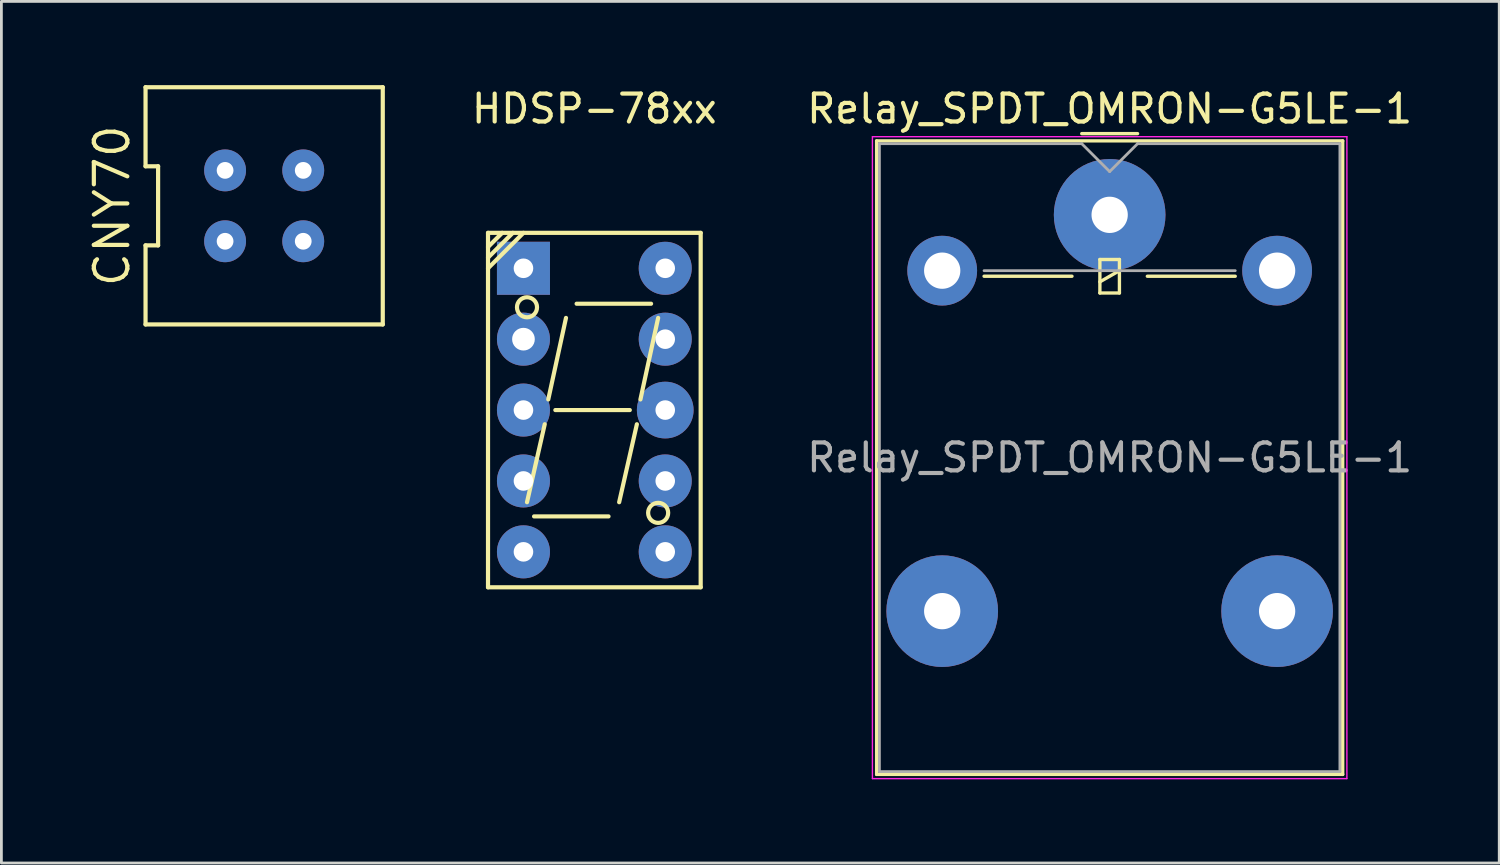
<source format=kicad_pcb>
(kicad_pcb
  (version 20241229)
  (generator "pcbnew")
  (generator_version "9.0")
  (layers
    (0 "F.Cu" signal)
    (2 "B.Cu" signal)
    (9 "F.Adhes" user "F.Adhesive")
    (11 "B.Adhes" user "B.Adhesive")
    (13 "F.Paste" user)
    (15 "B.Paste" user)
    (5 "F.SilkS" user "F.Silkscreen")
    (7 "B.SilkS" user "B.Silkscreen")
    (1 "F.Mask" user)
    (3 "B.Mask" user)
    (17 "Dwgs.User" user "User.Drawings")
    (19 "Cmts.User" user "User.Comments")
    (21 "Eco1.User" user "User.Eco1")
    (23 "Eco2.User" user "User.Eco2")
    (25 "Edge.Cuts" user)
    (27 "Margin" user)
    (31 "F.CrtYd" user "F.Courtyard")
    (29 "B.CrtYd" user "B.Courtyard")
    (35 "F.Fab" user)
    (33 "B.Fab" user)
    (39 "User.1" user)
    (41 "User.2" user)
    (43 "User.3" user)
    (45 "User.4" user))
  (footprint "HDSP-78xx"
    (layer "F.Cu")
    (at 18.246 11.643)
    (property "Reference" "HDSP-78xx" (at 0 -10.795 0) (layer "F.SilkS") (effects (font (size 1 1) (thickness 0.15))))
    (attr through_hole)
    (fp_line (start -3.81 -6.35) (end -3.81 6.35) (stroke (width 0.15) (type solid)) (layer "F.SilkS"))
    (fp_line (start -3.81 -5.842) (end -3.302 -6.35) (stroke (width 0.15) (type solid)) (layer "F.SilkS"))
    (fp_line (start -3.81 -5.461) (end -2.921 -6.35) (stroke (width 0.15) (type solid)) (layer "F.SilkS"))
    (fp_line (start -3.81 -5.08) (end -2.54 -6.35) (stroke (width 0.15) (type solid)) (layer "F.SilkS"))
    (fp_line (start -3.81 6.35) (end 3.81 6.35) (stroke (width 0.15) (type solid)) (layer "F.SilkS"))
    (fp_line (start -2.413 3.302) (end -1.778 0.508) (stroke (width 0.15) (type solid)) (layer "F.SilkS"))
    (fp_line (start -2.159 3.81) (end 0.508 3.81) (stroke (width 0.15) (type solid)) (layer "F.SilkS"))
    (fp_line (start -1.651 -0.381) (end -1.016 -3.302) (stroke (width 0.15) (type solid)) (layer "F.SilkS"))
    (fp_line (start -1.397 0) (end 1.27 0) (stroke (width 0.15) (type solid)) (layer "F.SilkS"))
    (fp_line (start -0.635 -3.81) (end 2.032 -3.81) (stroke (width 0.15) (type solid)) (layer "F.SilkS"))
    (fp_line (start 0.889 3.302) (end 1.524 0.508) (stroke (width 0.15) (type solid)) (layer "F.SilkS"))
    (fp_line (start 1.651 -0.381) (end 2.286 -3.302) (stroke (width 0.15) (type solid)) (layer "F.SilkS"))
    (fp_line (start 3.81 -6.35) (end -3.81 -6.35) (stroke (width 0.15) (type solid)) (layer "F.SilkS"))
    (fp_line (start 3.81 6.35) (end 3.81 -6.35) (stroke (width 0.15) (type solid)) (layer "F.SilkS"))
    (fp_circle (center -2.413 -3.683) (end -2.159 -3.429) (stroke (width 0.15) (type solid)) (fill no) (layer "F.SilkS"))
    (fp_circle (center 2.286 3.683) (end 2.54 3.937) (stroke (width 0.15) (type solid)) (fill no) (layer "F.SilkS"))
    (pad "1" thru_hole rect (at -2.54 -5.08) (size 1.9 1.9) (drill 0.701) (layers "*.Cu" "*.Mask"))
    (pad "2" thru_hole circle (at -2.54 -2.54) (size 1.397 1.397) (drill 0.813) (layers "*.Cu" "*.Mask"))
    (pad "2" thru_hole circle (at -2.54 -2.54) (size 1.9 1.9) (drill 0.701) (layers "*.Cu" "*.Mask"))
    (pad "3" thru_hole circle (at -2.54 0) (size 1.9 1.9) (drill 0.701) (layers "*.Cu" "*.Mask"))
    (pad "4" thru_hole circle (at -2.54 2.54) (size 1.9 1.9) (drill 0.701) (layers "*.Cu" "*.Mask"))
    (pad "5" thru_hole circle (at -2.54 5.08) (size 1.9 1.9) (drill 0.701) (layers "*.Cu" "*.Mask"))
    (pad "6" thru_hole circle (at 2.54 5.08) (size 1.9 1.9) (drill 0.701) (layers "*.Cu" "*.Mask"))
    (pad "7" thru_hole circle (at 2.54 2.54) (size 1.9 1.9) (drill 0.701) (layers "*.Cu" "*.Mask"))
    (pad "8" thru_hole circle (at 2.54 0) (size 2.032 2.032) (drill 0.701) (layers "*.Cu" "*.Mask"))
    (pad "9" thru_hole circle (at 2.54 -2.54) (size 1.9 1.9) (drill 0.701) (layers "*.Cu" "*.Mask"))
    (pad "10" thru_hole circle (at 2.54 -5.08) (size 1.9 1.9) (drill 0.701) (layers "*.Cu" "*.Mask")))
  (footprint "CNY70"
    (layer "F.Cu")
    (at 6.415 4.325)
    (property "Reference" "CNY70" (at -5.45 0 90) (layer "F.SilkS") (effects (font (size 1.2 1.2) (thickness 0.15))))
    (attr through_hole)
    (fp_line (start -4.25 -4.25) (end -4.25 -1.417) (stroke (width 0.15) (type solid)) (layer "F.SilkS"))
    (fp_line (start -4.25 -1.417) (end -3.8 -1.417) (stroke (width 0.15) (type solid)) (layer "F.SilkS"))
    (fp_line (start -4.25 1.417) (end -4.25 4.25) (stroke (width 0.15) (type solid)) (layer "F.SilkS"))
    (fp_line (start -4.25 4.25) (end 4.25 4.25) (stroke (width 0.15) (type solid)) (layer "F.SilkS"))
    (fp_line (start -3.8 -1.417) (end -3.8 1.417) (stroke (width 0.15) (type solid)) (layer "F.SilkS"))
    (fp_line (start -3.8 1.417) (end -4.25 1.417) (stroke (width 0.15) (type solid)) (layer "F.SilkS"))
    (fp_line (start 4.25 -4.25) (end -4.25 -4.25) (stroke (width 0.15) (type solid)) (layer "F.SilkS"))
    (fp_line (start 4.25 4.25) (end 4.25 -4.25) (stroke (width 0.15) (type solid)) (layer "F.SilkS"))
    (pad "1" thru_hole circle (at -1.4 1.27) (size 1.5 1.5) (drill 0.6) (layers "*.Cu" "*.Mask"))
    (pad "2" thru_hole circle (at 1.4 1.27) (size 1.5 1.5) (drill 0.6) (layers "*.Cu" "*.Mask"))
    (pad "3" thru_hole circle (at 1.4 -1.27) (size 1.5 1.5) (drill 0.6) (layers "*.Cu" "*.Mask"))
    (pad "4" thru_hole circle (at -1.4 -1.27) (size 1.5 1.5) (drill 0.6) (layers "*.Cu" "*.Mask")))
  (footprint "Relay_SPDT_OMRON-G5LE-1"
    (layer "F.Cu")
    (at 36.71 4.648)
    (property "Reference" "Relay_SPDT_OMRON-G5LE-1" (at 0 -3.8 0) (layer "F.SilkS") (effects (font (size 1 1) (thickness 0.15))))
    (attr through_hole)
    (fp_line (start -8.35 -2.65) (end -8.35 20.05) (stroke (width 0.12) (type solid)) (layer "F.SilkS"))
    (fp_line (start -8.35 20.05) (end 8.35 20.05) (stroke (width 0.12) (type solid)) (layer "F.SilkS"))
    (fp_line (start -4.5 2.2) (end -1.35 2.2) (stroke (width 0.12) (type solid)) (layer "F.SilkS"))
    (fp_line (start -1 -2.91) (end 1 -2.91) (stroke (width 0.12) (type solid)) (layer "F.SilkS"))
    (fp_line (start -0.35 1.6) (end -0.35 2.8) (stroke (width 0.12) (type solid)) (layer "F.SilkS"))
    (fp_line (start -0.35 2.4) (end 0.35 2) (stroke (width 0.12) (type solid)) (layer "F.SilkS"))
    (fp_line (start -0.35 2.8) (end 0.35 2.8) (stroke (width 0.12) (type solid)) (layer "F.SilkS"))
    (fp_line (start 0.35 1.6) (end -0.35 1.6) (stroke (width 0.12) (type solid)) (layer "F.SilkS"))
    (fp_line (start 0.35 2.8) (end 0.35 1.6) (stroke (width 0.12) (type solid)) (layer "F.SilkS"))
    (fp_line (start 1.35 2.2) (end 4.5 2.2) (stroke (width 0.12) (type solid)) (layer "F.SilkS"))
    (fp_line (start 8.35 -2.65) (end -8.35 -2.65) (stroke (width 0.12) (type solid)) (layer "F.SilkS"))
    (fp_line (start 8.35 20.05) (end 8.35 -2.65) (stroke (width 0.12) (type solid)) (layer "F.SilkS"))
    (fp_line (start -8.5 -2.8) (end -8.5 20.2) (stroke (width 0.05) (type solid)) (layer "F.CrtYd"))
    (fp_line (start -8.5 20.2) (end 8.5 20.2) (stroke (width 0.05) (type solid)) (layer "F.CrtYd"))
    (fp_line (start 8.5 -2.8) (end -8.5 -2.8) (stroke (width 0.05) (type solid)) (layer "F.CrtYd"))
    (fp_line (start 8.5 20.2) (end 8.5 -2.8) (stroke (width 0.05) (type solid)) (layer "F.CrtYd"))
    (fp_line (start -8.25 -2.55) (end -1 -2.55) (stroke (width 0.1) (type solid)) (layer "F.Fab"))
    (fp_line (start -8.25 19.95) (end -8.25 -2.55) (stroke (width 0.1) (type solid)) (layer "F.Fab"))
    (fp_line (start -4.5 2) (end 4.5 2) (stroke (width 0.1) (type solid)) (layer "F.Fab"))
    (fp_line (start -1 -2.55) (end 0 -1.55) (stroke (width 0.1) (type solid)) (layer "F.Fab"))
    (fp_line (start 0 -1.55) (end 1 -2.55) (stroke (width 0.1) (type solid)) (layer "F.Fab"))
    (fp_line (start 1 -2.55) (end 8.25 -2.55) (stroke (width 0.1) (type solid)) (layer "F.Fab"))
    (fp_line (start 8.25 -2.55) (end 8.25 19.95) (stroke (width 0.1) (type solid)) (layer "F.Fab"))
    (fp_line (start 8.25 19.95) (end -8.25 19.95) (stroke (width 0.1) (type solid)) (layer "F.Fab"))
    (fp_text user "${REFERENCE}" (at 0 8.7 0) (layer "F.Fab") (effects (font (size 1 1) (thickness 0.15))))
    (pad "1" thru_hole circle (at 0 0) (size 4 4) (drill 1.3) (layers "B.Cu" "B.Mask"))
    (pad "2" thru_hole oval (at -6 2) (size 2.5 2.5) (drill 1.3) (layers "B.Cu" "B.Mask"))
    (pad "3" thru_hole circle (at -6 14.2) (size 4 4) (drill 1.3) (layers "B.Cu" "B.Mask"))
    (pad "4" thru_hole circle (at 6 14.2) (size 4 4) (drill 1.3) (layers "B.Cu" "B.Mask"))
    (pad "5" thru_hole oval (at 6 2) (size 2.5 2.5) (drill 1.3) (layers "B.Cu" "B.Mask")))
  (gr_rect
    (start -3 -3)
    (end 50.669 27.873)
    (stroke (width 0.1) (type default))
    (fill no)
    (layer "Edge.Cuts")))
</source>
